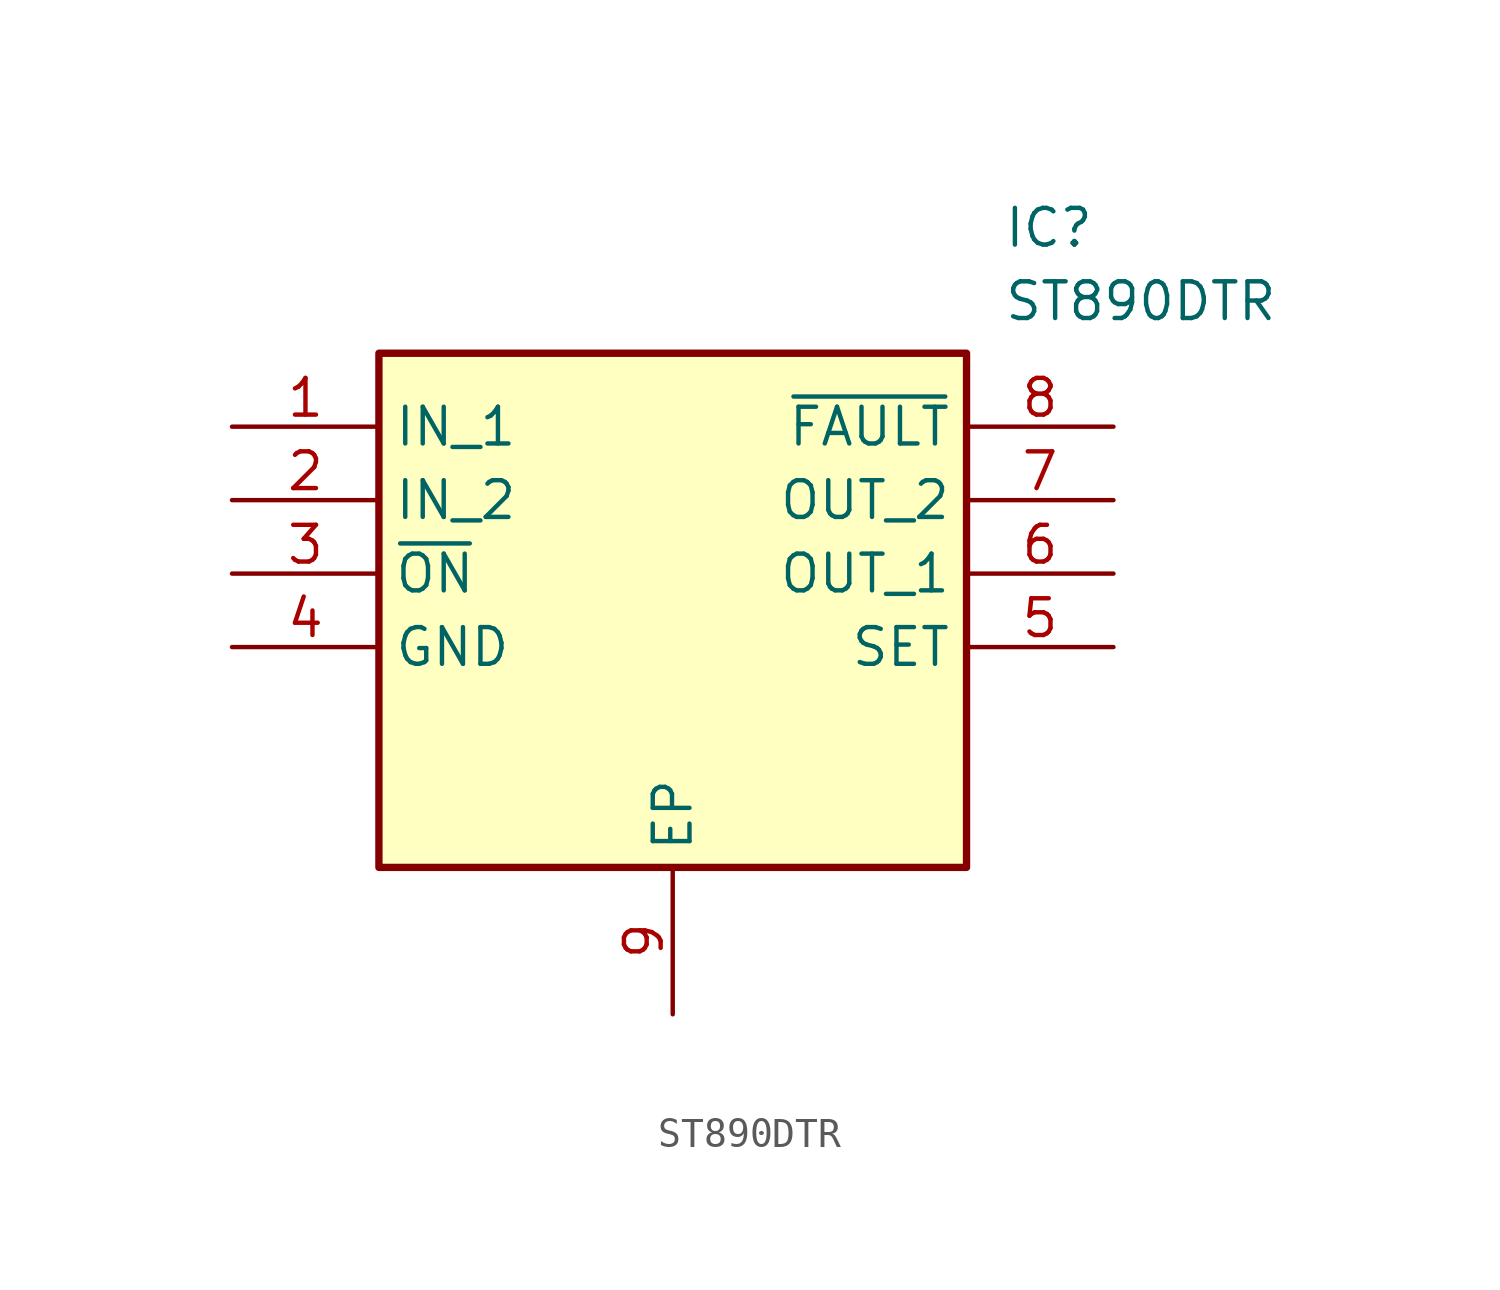
<source format=kicad_sym>
(kicad_symbol_lib
  (version 20241209)
  (generator "kicad_symbol_editor")
  (generator_version "9.0")
  (symbol "ST890DTR"
    (property "Reference" "IC"
      (at 26.67 7.62 0)
      (effects (font (size 1.27 1.27)) (justify left top)))
    (property "Value" "ST890DTR"
      (at 26.67 5.08 0)
      (effects (font (size 1.27 1.27)) (justify left top)))
    (symbol "ST890DTR_1_1"
      (rectangle (start 5.08 2.54) (end 25.4 -15.24) (stroke (width 0.254) (type default)) (fill (type background)))
      (pin passive line (at 0 0 0) (length 5.08) (name "IN_1" (effects (font (size 1.27 1.27)))) (number "1" (effects (font (size 1.27 1.27)))))
      (pin passive line (at 0 -2.54 0) (length 5.08) (name "IN_2" (effects (font (size 1.27 1.27)))) (number "2" (effects (font (size 1.27 1.27)))))
      (pin passive line (at 0 -5.08 0) (length 5.08) (name "~{ON}" (effects (font (size 1.27 1.27)))) (number "3" (effects (font (size 1.27 1.27)))))
      (pin passive line (at 0 -7.62 0) (length 5.08) (name "GND" (effects (font (size 1.27 1.27)))) (number "4" (effects (font (size 1.27 1.27)))))
      (pin passive line (at 15.24 -20.32 90) (length 5.08) (name "EP" (effects (font (size 1.27 1.27)))) (number "9" (effects (font (size 1.27 1.27)))))
      (pin passive line (at 30.48 0 180) (length 5.08) (name "~{FAULT}" (effects (font (size 1.27 1.27)))) (number "8" (effects (font (size 1.27 1.27)))))
      (pin passive line (at 30.48 -2.54 180) (length 5.08) (name "OUT_2" (effects (font (size 1.27 1.27)))) (number "7" (effects (font (size 1.27 1.27)))))
      (pin passive line (at 30.48 -5.08 180) (length 5.08) (name "OUT_1" (effects (font (size 1.27 1.27)))) (number "6" (effects (font (size 1.27 1.27)))))
      (pin passive line (at 30.48 -7.62 180) (length 5.08) (name "SET" (effects (font (size 1.27 1.27)))) (number "5" (effects (font (size 1.27 1.27))))))))
</source>
